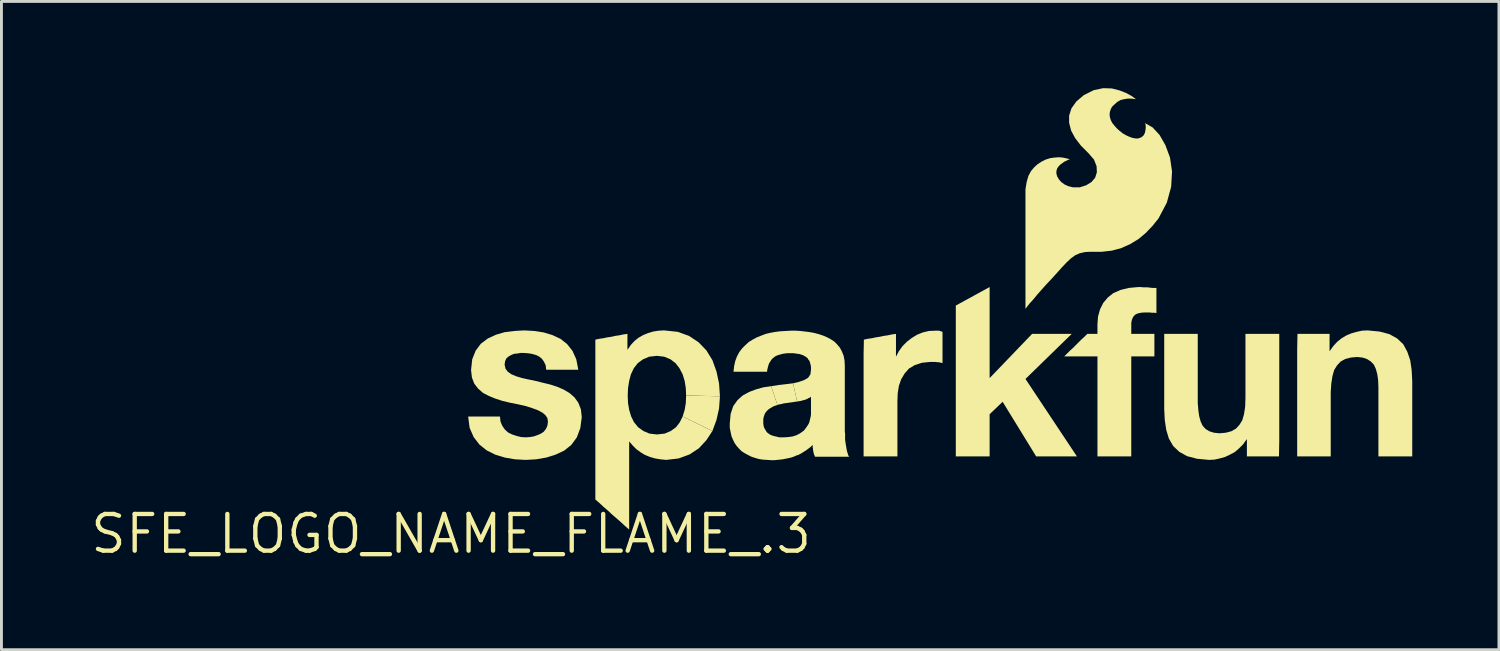
<source format=kicad_pcb>
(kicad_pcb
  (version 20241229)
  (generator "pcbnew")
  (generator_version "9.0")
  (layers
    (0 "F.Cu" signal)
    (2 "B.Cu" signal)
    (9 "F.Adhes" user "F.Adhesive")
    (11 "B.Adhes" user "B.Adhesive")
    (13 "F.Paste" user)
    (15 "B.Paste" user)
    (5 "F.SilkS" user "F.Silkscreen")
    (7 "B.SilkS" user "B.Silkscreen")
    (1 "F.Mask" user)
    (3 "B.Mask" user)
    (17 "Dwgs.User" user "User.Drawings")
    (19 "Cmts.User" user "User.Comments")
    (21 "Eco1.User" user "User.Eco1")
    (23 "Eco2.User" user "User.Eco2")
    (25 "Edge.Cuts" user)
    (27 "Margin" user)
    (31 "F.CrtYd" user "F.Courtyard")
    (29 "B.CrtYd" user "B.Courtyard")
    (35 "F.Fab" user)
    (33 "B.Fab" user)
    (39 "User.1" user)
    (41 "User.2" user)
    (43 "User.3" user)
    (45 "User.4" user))
  (footprint "SFE_LOGO_NAME_FLAME_.3"
    (layer "F.Cu")
    (at 12.556 15.42)
    (property "Reference" "SFE_LOGO_NAME_FLAME_.3" (at 0 0 0) (layer "F.SilkS") (effects (font (size 1.27 1.27) (thickness 0.15))))
    (attr through_hole)
    (fp_poly (pts (xy 8.01 -4.06) (xy 8.08 -4.29) (xy 8.12 -4.53) (xy 8.13 -4.79) (xy 9.3 -4.76) (xy 9.27 -4.34) (xy 9.18 -3.94) (xy 9.04 -3.56)) (stroke (width 0) (type solid)) (fill yes) (layer "F.SilkS"))
    (fp_poly (pts (xy 17.46 -7.9) (xy 18.63 -8.54) (xy 18.63 -5.39) (xy 20.1 -6.92) (xy 21.47 -6.92) (xy 19.87 -5.36) (xy 21.65 -2.68) (xy 20.24 -2.68) (xy 19.08 -4.57) (xy 18.63 -4.14) (xy 18.63 -2.68) (xy 17.46 -2.68)) (stroke (width 0) (type solid)) (fill yes) (layer "F.SilkS"))
    (fp_poly (pts (xy 11.07 -5.11) (xy 11.33 -5.15) (xy 11.59 -5.18) (xy 11.83 -5.21) (xy 11.97 -4.58) (xy 11.9 -4.57) (xy 11.83 -4.56) (xy 11.76 -4.55) (xy 11.69 -4.54) (xy 11.62 -4.53) (xy 11.55 -4.52) (xy 11.49 -4.51) (xy 11.42 -4.49) (xy 11.35 -4.48) (xy 11.29 -4.46)) (stroke (width 0) (type solid)) (fill yes) (layer "F.SilkS"))
    (fp_poly (pts (xy 14.28 -6.72) (xy 14.42 -6.75) (xy 14.56 -6.77) (xy 14.7 -6.8) (xy 14.83 -6.82) (xy 14.97 -6.85) (xy 15.11 -6.87) (xy 15.25 -6.9) (xy 15.39 -6.92) (xy 15.39 -6.82) (xy 15.39 -6.72) (xy 15.39 -6.62) (xy 15.39 -6.53) (xy 15.39 -6.43) (xy 15.39 -6.33) (xy 15.39 -6.23) (xy 15.39 -6.13) (xy 15.49 -6.32) (xy 15.62 -6.5) (xy 15.77 -6.65) (xy 15.94 -6.78) (xy 16.12 -6.89) (xy 16.32 -6.97) (xy 16.53 -7.02) (xy 16.75 -7.03) (xy 16.78 -7.03) (xy 16.81 -7.03) (xy 16.85 -7.03) (xy 16.88 -7.03) (xy 16.91 -7.02) (xy 16.94 -7.01) (xy 16.97 -7) (xy 17 -6.99) (xy 17 -6.86) (xy 17 -6.72) (xy 17 -6.59) (xy 17 -6.45) (xy 17 -6.32) (xy 17 -6.18) (xy 17 -6.05) (xy 17 -5.91) (xy 16.96 -5.92) (xy 16.91 -5.93) (xy 16.86 -5.94) (xy 16.81 -5.94) (xy 16.75 -5.95) (xy 16.69 -5.95) (xy 16.64 -5.95) (xy 16.58 -5.95) (xy 16.29 -5.92) (xy 16.04 -5.84) (xy 15.84 -5.72) (xy 15.69 -5.55) (xy 15.57 -5.35) (xy 15.49 -5.12) (xy 15.45 -4.86) (xy 15.44 -4.59) (xy 15.44 -4.35) (xy 15.44 -4.11) (xy 15.44 -3.87) (xy 15.44 -3.63) (xy 15.44 -3.39) (xy 15.44 -3.16) (xy 15.44 -2.92) (xy 15.44 -2.68) (xy 15.29 -2.68) (xy 15.14 -2.68) (xy 15 -2.68) (xy 14.85 -2.68) (xy 14.71 -2.68) (xy 14.56 -2.68) (xy 14.42 -2.68) (xy 14.27 -2.68) (xy 14.27 -3.18) (xy 14.27 -3.69) (xy 14.27 -4.19) (xy 14.27 -4.7) (xy 14.27 -5.21) (xy 14.27 -5.71) (xy 14.27 -6.22)) (stroke (width 0) (type solid)) (fill yes) (layer "F.SilkS"))
    (fp_poly (pts (xy 28.64 -2.68) (xy 28.5 -2.68) (xy 28.36 -2.68) (xy 28.22 -2.68) (xy 28.08 -2.68) (xy 27.95 -2.68) (xy 27.81 -2.68) (xy 27.67 -2.68) (xy 27.53 -2.68) (xy 27.53 -2.75) (xy 27.53 -2.83) (xy 27.53 -2.9) (xy 27.53 -2.97) (xy 27.53 -3.05) (xy 27.53 -3.12) (xy 27.53 -3.2) (xy 27.53 -3.27) (xy 27.52 -3.27) (xy 27.4 -3.1) (xy 27.26 -2.96) (xy 27.11 -2.83) (xy 26.94 -2.74) (xy 26.77 -2.66) (xy 26.59 -2.61) (xy 26.41 -2.57) (xy 26.22 -2.56) (xy 25.8 -2.6) (xy 25.46 -2.69) (xy 25.19 -2.84) (xy 24.98 -3.04) (xy 24.83 -3.3) (xy 24.74 -3.6) (xy 24.69 -3.93) (xy 24.67 -4.31) (xy 24.67 -4.64) (xy 24.67 -4.96) (xy 24.67 -5.29) (xy 24.67 -5.62) (xy 24.67 -5.94) (xy 24.67 -6.27) (xy 24.67 -6.59) (xy 24.67 -6.92) (xy 24.82 -6.92) (xy 24.96 -6.92) (xy 25.11 -6.92) (xy 25.25 -6.92) (xy 25.4 -6.92) (xy 25.54 -6.92) (xy 25.69 -6.92) (xy 25.83 -6.92) (xy 25.83 -6.62) (xy 25.83 -6.32) (xy 25.83 -6.02) (xy 25.83 -5.72) (xy 25.83 -5.42) (xy 25.83 -5.12) (xy 25.83 -4.82) (xy 25.83 -4.53) (xy 25.85 -4.28) (xy 25.88 -4.07) (xy 25.93 -3.89) (xy 26 -3.74) (xy 26.1 -3.63) (xy 26.23 -3.55) (xy 26.39 -3.5) (xy 26.58 -3.48) (xy 26.8 -3.5) (xy 26.99 -3.55) (xy 27.15 -3.64) (xy 27.27 -3.77) (xy 27.37 -3.93) (xy 27.43 -4.14) (xy 27.47 -4.4) (xy 27.48 -4.7) (xy 27.48 -4.97) (xy 27.48 -5.25) (xy 27.48 -5.53) (xy 27.48 -5.81) (xy 27.48 -6.09) (xy 27.48 -6.36) (xy 27.48 -6.64) (xy 27.48 -6.92) (xy 27.63 -6.92) (xy 27.78 -6.92) (xy 27.92 -6.92) (xy 28.07 -6.92) (xy 28.21 -6.92) (xy 28.36 -6.92) (xy 28.5 -6.92) (xy 28.65 -6.92) (xy 28.65 -6.39) (xy 28.65 -5.86) (xy 28.65 -5.33) (xy 28.65 -4.8) (xy 28.65 -4.27) (xy 28.65 -3.74) (xy 28.65 -3.21)) (stroke (width 0) (type solid)) (fill yes) (layer "F.SilkS"))
    (fp_poly (pts (xy 29.28 -6.92) (xy 29.42 -6.92) (xy 29.56 -6.92) (xy 29.7 -6.92) (xy 29.83 -6.92) (xy 29.97 -6.92) (xy 30.11 -6.92) (xy 30.25 -6.92) (xy 30.39 -6.92) (xy 30.39 -6.85) (xy 30.39 -6.77) (xy 30.39 -6.7) (xy 30.39 -6.63) (xy 30.39 -6.55) (xy 30.39 -6.48) (xy 30.39 -6.41) (xy 30.39 -6.33) (xy 30.4 -6.33) (xy 30.52 -6.5) (xy 30.66 -6.65) (xy 30.81 -6.77) (xy 30.98 -6.87) (xy 31.15 -6.94) (xy 31.33 -6.99) (xy 31.51 -7.03) (xy 31.7 -7.04) (xy 32.12 -7) (xy 32.46 -6.91) (xy 32.73 -6.76) (xy 32.94 -6.56) (xy 33.08 -6.3) (xy 33.18 -6.01) (xy 33.23 -5.67) (xy 33.25 -5.29) (xy 33.25 -4.96) (xy 33.25 -4.64) (xy 33.25 -4.31) (xy 33.25 -3.99) (xy 33.25 -3.66) (xy 33.25 -3.33) (xy 33.25 -3.01) (xy 33.25 -2.68) (xy 33.1 -2.68) (xy 32.96 -2.68) (xy 32.81 -2.68) (xy 32.67 -2.68) (xy 32.52 -2.68) (xy 32.37 -2.68) (xy 32.23 -2.68) (xy 32.08 -2.68) (xy 32.08 -2.98) (xy 32.08 -3.28) (xy 32.08 -3.58) (xy 32.08 -3.88) (xy 32.08 -4.18) (xy 32.08 -4.48) (xy 32.08 -4.78) (xy 32.08 -5.08) (xy 32.07 -5.32) (xy 32.04 -5.53) (xy 31.99 -5.71) (xy 31.92 -5.86) (xy 31.81 -5.97) (xy 31.68 -6.05) (xy 31.53 -6.1) (xy 31.34 -6.12) (xy 31.12 -6.1) (xy 30.93 -6.05) (xy 30.77 -5.96) (xy 30.65 -5.83) (xy 30.55 -5.67) (xy 30.49 -5.46) (xy 30.45 -5.2) (xy 30.43 -4.9) (xy 30.43 -4.63) (xy 30.43 -4.35) (xy 30.43 -4.07) (xy 30.43 -3.79) (xy 30.43 -3.51) (xy 30.43 -3.24) (xy 30.43 -2.96) (xy 30.43 -2.68) (xy 30.29 -2.68) (xy 30.14 -2.68) (xy 30 -2.68) (xy 29.85 -2.68) (xy 29.71 -2.68) (xy 29.56 -2.68) (xy 29.41 -2.68) (xy 29.27 -2.68) (xy 29.27 -3.21) (xy 29.27 -3.74) (xy 29.27 -4.27) (xy 29.27 -4.8) (xy 29.27 -5.33) (xy 29.27 -5.86) (xy 29.27 -6.39)) (stroke (width 0) (type solid)) (fill yes) (layer "F.SilkS"))
    (fp_poly (pts (xy 9.04 -3.56) (xy 8.83 -3.24) (xy 8.57 -2.96) (xy 8.25 -2.75) (xy 7.87 -2.61) (xy 7.44 -2.56) (xy 7.24 -2.58) (xy 7.06 -2.61) (xy 6.88 -2.66) (xy 6.71 -2.73) (xy 6.56 -2.82) (xy 6.41 -2.93) (xy 6.28 -3.06) (xy 6.16 -3.2) (xy 6.16 -2.82) (xy 6.16 -2.44) (xy 6.16 -2.06) (xy 6.16 -1.68) (xy 6.16 -1.3) (xy 6.16 -0.91) (xy 6.16 -0.53) (xy 6.16 -0.15) (xy 6.01 -0.28) (xy 5.87 -0.41) (xy 5.72 -0.54) (xy 5.57 -0.67) (xy 5.43 -0.8) (xy 5.28 -0.93) (xy 5.14 -1.06) (xy 4.99 -1.19) (xy 4.99 -1.88) (xy 4.99 -2.57) (xy 4.99 -3.26) (xy 4.99 -3.96) (xy 4.99 -4.65) (xy 4.99 -5.34) (xy 4.99 -6.03) (xy 4.99 -6.72) (xy 5.13 -6.75) (xy 5.27 -6.77) (xy 5.41 -6.8) (xy 5.55 -6.82) (xy 5.68 -6.85) (xy 5.82 -6.87) (xy 5.96 -6.9) (xy 6.1 -6.92) (xy 6.1 -6.85) (xy 6.1 -6.79) (xy 6.1 -6.72) (xy 6.1 -6.65) (xy 6.1 -6.58) (xy 6.1 -6.52) (xy 6.1 -6.45) (xy 6.1 -6.38) (xy 6.11 -6.38) (xy 6.22 -6.54) (xy 6.35 -6.68) (xy 6.49 -6.79) (xy 6.65 -6.88) (xy 6.82 -6.95) (xy 6.99 -7) (xy 7.18 -7.03) (xy 7.37 -7.04) (xy 7.84 -6.99) (xy 8.23 -6.85) (xy 8.56 -6.63) (xy 8.83 -6.35) (xy 9.04 -6.01) (xy 9.18 -5.62) (xy 9.27 -5.2) (xy 9.3 -4.76) (xy 8.13 -4.79) (xy 8.12 -5.04) (xy 8.08 -5.29) (xy 8.01 -5.52) (xy 7.9 -5.73) (xy 7.77 -5.9) (xy 7.59 -6.04) (xy 7.37 -6.13) (xy 7.12 -6.16) (xy 6.85 -6.13) (xy 6.64 -6.04) (xy 6.46 -5.91) (xy 6.32 -5.73) (xy 6.22 -5.52) (xy 6.16 -5.29) (xy 6.12 -5.04) (xy 6.11 -4.79) (xy 6.12 -4.53) (xy 6.16 -4.29) (xy 6.23 -4.06) (xy 6.33 -3.86) (xy 6.47 -3.69) (xy 6.65 -3.56) (xy 6.86 -3.47) (xy 7.12 -3.44) (xy 7.39 -3.47) (xy 7.6 -3.56) (xy 7.78 -3.69) (xy 7.91 -3.86) (xy 8.01 -4.06)) (stroke (width 0) (type solid)) (fill yes) (layer "F.SilkS"))
    (fp_poly (pts (xy 1.69 -4.06) (xy 1.71 -3.88) (xy 1.77 -3.74) (xy 1.86 -3.61) (xy 1.97 -3.51) (xy 2.11 -3.44) (xy 2.26 -3.39) (xy 2.42 -3.35) (xy 2.59 -3.34) (xy 2.72 -3.35) (xy 2.85 -3.37) (xy 2.97 -3.41) (xy 3.09 -3.46) (xy 3.2 -3.53) (xy 3.28 -3.63) (xy 3.33 -3.74) (xy 3.35 -3.88) (xy 3.33 -4.01) (xy 3.26 -4.11) (xy 3.15 -4.2) (xy 3 -4.28) (xy 2.81 -4.35) (xy 2.59 -4.42) (xy 2.33 -4.48) (xy 2.03 -4.54) (xy 1.78 -4.6) (xy 1.53 -4.68) (xy 1.31 -4.77) (xy 1.1 -4.88) (xy 0.93 -5.03) (xy 0.8 -5.2) (xy 0.72 -5.41) (xy 0.69 -5.67) (xy 0.73 -6.04) (xy 0.85 -6.34) (xy 1.03 -6.58) (xy 1.27 -6.76) (xy 1.55 -6.89) (xy 1.86 -6.98) (xy 2.19 -7.02) (xy 2.53 -7.04) (xy 2.87 -7.02) (xy 3.2 -6.97) (xy 3.5 -6.88) (xy 3.78 -6.75) (xy 4.01 -6.57) (xy 4.2 -6.33) (xy 4.33 -6.04) (xy 4.4 -5.68) (xy 4.26 -5.68) (xy 4.13 -5.68) (xy 3.99 -5.68) (xy 3.85 -5.68) (xy 3.71 -5.68) (xy 3.57 -5.68) (xy 3.43 -5.68) (xy 3.29 -5.68) (xy 3.27 -5.84) (xy 3.21 -5.96) (xy 3.14 -6.06) (xy 3.04 -6.14) (xy 2.93 -6.19) (xy 2.79 -6.23) (xy 2.65 -6.25) (xy 2.5 -6.26) (xy 2.4 -6.26) (xy 2.29 -6.24) (xy 2.18 -6.23) (xy 2.08 -6.19) (xy 1.99 -6.14) (xy 1.91 -6.07) (xy 1.87 -5.98) (xy 1.85 -5.86) (xy 1.88 -5.72) (xy 1.96 -5.61) (xy 2.09 -5.52) (xy 2.26 -5.45) (xy 2.46 -5.39) (xy 2.69 -5.34) (xy 2.93 -5.29) (xy 3.17 -5.23) (xy 3.42 -5.17) (xy 3.67 -5.09) (xy 3.9 -4.99) (xy 4.1 -4.87) (xy 4.27 -4.72) (xy 4.4 -4.54) (xy 4.49 -4.31) (xy 4.52 -4.04) (xy 4.47 -3.66) (xy 4.35 -3.34) (xy 4.16 -3.08) (xy 3.91 -2.88) (xy 3.61 -2.74) (xy 3.29 -2.64) (xy 2.94 -2.58) (xy 2.58 -2.56) (xy 2.21 -2.58) (xy 1.86 -2.64) (xy 1.53 -2.74) (xy 1.23 -2.89) (xy 0.98 -3.09) (xy 0.78 -3.35) (xy 0.64 -3.67) (xy 0.59 -4.06) (xy 0.72 -4.06) (xy 0.86 -4.06) (xy 1 -4.06) (xy 1.14 -4.06) (xy 1.28 -4.06) (xy 1.42 -4.06) (xy 1.56 -4.06)) (stroke (width 0) (type solid)) (fill yes) (layer "F.SilkS"))
    (fp_poly (pts (xy 22.36 -6.14) (xy 22.22 -6.14) (xy 22.08 -6.14) (xy 21.93 -6.14) (xy 21.79 -6.14) (xy 21.64 -6.14) (xy 21.5 -6.14) (xy 21.36 -6.14) (xy 21.21 -6.14) (xy 21.31 -6.24) (xy 21.41 -6.34) (xy 21.51 -6.43) (xy 21.61 -6.53) (xy 21.71 -6.63) (xy 21.81 -6.73) (xy 21.91 -6.82) (xy 22.01 -6.92) (xy 22.05 -6.92) (xy 22.1 -6.92) (xy 22.14 -6.92) (xy 22.19 -6.92) (xy 22.23 -6.92) (xy 22.27 -6.92) (xy 22.32 -6.92) (xy 22.36 -6.92) (xy 22.36 -6.96) (xy 22.36 -7) (xy 22.36 -7.04) (xy 22.36 -7.08) (xy 22.36 -7.13) (xy 22.36 -7.17) (xy 22.36 -7.21) (xy 22.36 -7.25) (xy 22.38 -7.52) (xy 22.45 -7.77) (xy 22.56 -7.99) (xy 22.72 -8.18) (xy 22.91 -8.33) (xy 23.16 -8.44) (xy 23.45 -8.51) (xy 23.78 -8.54) (xy 23.86 -8.54) (xy 23.94 -8.53) (xy 24.02 -8.53) (xy 24.09 -8.53) (xy 24.17 -8.52) (xy 24.25 -8.51) (xy 24.32 -8.51) (xy 24.4 -8.51) (xy 24.4 -8.4) (xy 24.4 -8.29) (xy 24.4 -8.18) (xy 24.4 -8.07) (xy 24.4 -7.97) (xy 24.4 -7.86) (xy 24.4 -7.75) (xy 24.4 -7.64) (xy 24.34 -7.65) (xy 24.29 -7.65) (xy 24.24 -7.65) (xy 24.18 -7.66) (xy 24.13 -7.66) (xy 24.08 -7.66) (xy 24.02 -7.66) (xy 23.97 -7.66) (xy 23.86 -7.65) (xy 23.77 -7.63) (xy 23.69 -7.6) (xy 23.63 -7.55) (xy 23.58 -7.48) (xy 23.55 -7.4) (xy 23.53 -7.3) (xy 23.53 -7.18) (xy 23.53 -7.14) (xy 23.53 -7.11) (xy 23.53 -7.08) (xy 23.53 -7.05) (xy 23.53 -7.02) (xy 23.53 -6.98) (xy 23.53 -6.95) (xy 23.53 -6.92) (xy 23.63 -6.92) (xy 23.73 -6.92) (xy 23.83 -6.92) (xy 23.93 -6.92) (xy 24.03 -6.92) (xy 24.13 -6.92) (xy 24.23 -6.92) (xy 24.33 -6.92) (xy 24.33 -6.82) (xy 24.33 -6.73) (xy 24.33 -6.63) (xy 24.33 -6.53) (xy 24.33 -6.43) (xy 24.33 -6.34) (xy 24.33 -6.24) (xy 24.33 -6.14) (xy 24.23 -6.14) (xy 24.13 -6.14) (xy 24.03 -6.14) (xy 23.93 -6.14) (xy 23.83 -6.14) (xy 23.73 -6.14) (xy 23.63 -6.14) (xy 23.53 -6.14) (xy 23.53 -5.71) (xy 23.53 -5.28) (xy 23.53 -4.84) (xy 23.53 -4.41) (xy 23.53 -3.98) (xy 23.53 -3.54) (xy 23.53 -3.11) (xy 23.53 -2.68) (xy 23.38 -2.68) (xy 23.24 -2.68) (xy 23.09 -2.68) (xy 22.94 -2.68) (xy 22.8 -2.68) (xy 22.65 -2.68) (xy 22.51 -2.68) (xy 22.36 -2.68) (xy 22.36 -3.11) (xy 22.36 -3.54) (xy 22.36 -3.98) (xy 22.36 -4.41) (xy 22.36 -4.84) (xy 22.36 -5.28) (xy 22.36 -5.71)) (stroke (width 0) (type solid)) (fill yes) (layer "F.SilkS"))
    (fp_poly (pts (xy 24.01 -14.2) (xy 24.02 -14.18) (xy 24.03 -14.13) (xy 24.03 -14.05) (xy 24.02 -13.96) (xy 24 -13.87) (xy 23.96 -13.79) (xy 23.88 -13.72) (xy 23.77 -13.68) (xy 23.68 -13.68) (xy 23.57 -13.7) (xy 23.46 -13.74) (xy 23.35 -13.79) (xy 23.23 -13.86) (xy 23.13 -13.94) (xy 23.03 -14.03) (xy 22.95 -14.12) (xy 22.87 -14.22) (xy 22.82 -14.32) (xy 22.79 -14.42) (xy 22.78 -14.51) (xy 22.79 -14.6) (xy 22.82 -14.69) (xy 22.86 -14.77) (xy 22.93 -14.84) (xy 23.04 -14.94) (xy 23.16 -15.01) (xy 23.29 -15.04) (xy 23.41 -15.06) (xy 23.52 -15.06) (xy 23.61 -15.05) (xy 23.67 -15.04) (xy 23.69 -15.04) (xy 23.65 -15.07) (xy 23.54 -15.15) (xy 23.36 -15.25) (xy 23.13 -15.34) (xy 22.86 -15.41) (xy 22.56 -15.42) (xy 22.23 -15.35) (xy 21.89 -15.18) (xy 21.63 -14.96) (xy 21.46 -14.72) (xy 21.38 -14.47) (xy 21.38 -14.22) (xy 21.45 -13.95) (xy 21.59 -13.69) (xy 21.79 -13.43) (xy 22.04 -13.18) (xy 22.24 -12.95) (xy 22.33 -12.72) (xy 22.34 -12.51) (xy 22.28 -12.32) (xy 22.15 -12.17) (xy 21.97 -12.06) (xy 21.75 -11.99) (xy 21.51 -11.99) (xy 21.35 -12.03) (xy 21.22 -12.09) (xy 21.11 -12.17) (xy 21.03 -12.26) (xy 20.97 -12.36) (xy 20.94 -12.46) (xy 20.94 -12.56) (xy 20.97 -12.65) (xy 21.02 -12.72) (xy 21.08 -12.78) (xy 21.15 -12.83) (xy 21.22 -12.88) (xy 21.29 -12.91) (xy 21.34 -12.94) (xy 21.38 -12.95) (xy 21.4 -12.96) (xy 21.38 -12.97) (xy 21.33 -12.98) (xy 21.25 -13) (xy 21.15 -13.02) (xy 21.03 -13.03) (xy 20.89 -13.02) (xy 20.73 -13) (xy 20.57 -12.95) (xy 20.43 -12.88) (xy 20.29 -12.79) (xy 20.17 -12.68) (xy 20.06 -12.55) (xy 19.97 -12.38) (xy 19.91 -12.17) (xy 19.87 -11.92) (xy 19.87 -11.64) (xy 19.87 -11.16) (xy 19.87 -10.67) (xy 19.87 -10.19) (xy 19.87 -9.71) (xy 19.87 -9.23) (xy 19.87 -8.75) (xy 19.87 -8.27) (xy 19.87 -7.79) (xy 19.89 -7.81) (xy 19.94 -7.88) (xy 20.02 -7.98) (xy 20.14 -8.11) (xy 20.27 -8.27) (xy 20.42 -8.44) (xy 20.59 -8.63) (xy 20.77 -8.82) (xy 20.96 -9.03) (xy 21.13 -9.22) (xy 21.29 -9.39) (xy 21.44 -9.53) (xy 21.59 -9.64) (xy 21.75 -9.71) (xy 21.93 -9.75) (xy 22.12 -9.76) (xy 22.51 -9.76) (xy 22.86 -9.8) (xy 23.19 -9.89) (xy 23.5 -10.03) (xy 23.78 -10.2) (xy 24.03 -10.41) (xy 24.26 -10.65) (xy 24.47 -10.91) (xy 24.76 -11.46) (xy 24.91 -12.01) (xy 24.94 -12.54) (xy 24.87 -13.02) (xy 24.71 -13.45) (xy 24.51 -13.8) (xy 24.27 -14.06) (xy 24.01 -14.21)) (stroke (width 0) (type solid)) (fill yes) (layer "F.SilkS"))
    (fp_poly (pts (xy 11.29 -4.46) (xy 11.23 -4.44) (xy 11.17 -4.42) (xy 11.11 -4.39) (xy 11.06 -4.36) (xy 11.01 -4.33) (xy 10.96 -4.29) (xy 10.92 -4.25) (xy 10.88 -4.2) (xy 10.85 -4.15) (xy 10.83 -4.09) (xy 10.81 -4.03) (xy 10.8 -3.96) (xy 10.8 -3.88) (xy 10.8 -3.81) (xy 10.81 -3.74) (xy 10.83 -3.67) (xy 10.86 -3.62) (xy 10.89 -3.57) (xy 10.92 -3.52) (xy 10.97 -3.48) (xy 11.01 -3.45) (xy 11.06 -3.42) (xy 11.12 -3.4) (xy 11.18 -3.38) (xy 11.24 -3.37) (xy 11.31 -3.35) (xy 11.37 -3.34) (xy 11.44 -3.34) (xy 11.51 -3.34) (xy 11.67 -3.35) (xy 11.81 -3.37) (xy 11.94 -3.41) (xy 12.04 -3.46) (xy 12.13 -3.52) (xy 12.21 -3.58) (xy 12.27 -3.66) (xy 12.32 -3.73) (xy 12.37 -3.81) (xy 12.4 -3.89) (xy 12.42 -3.98) (xy 12.44 -4.06) (xy 12.45 -4.13) (xy 12.45 -4.2) (xy 12.45 -4.26) (xy 12.45 -4.32) (xy 12.45 -4.35) (xy 12.45 -4.37) (xy 12.45 -4.4) (xy 12.45 -4.43) (xy 12.45 -4.45) (xy 12.45 -4.48) (xy 12.45 -4.51) (xy 12.45 -4.54) (xy 12.45 -4.56) (xy 12.45 -4.59) (xy 12.45 -4.62) (xy 12.45 -4.64) (xy 12.45 -4.67) (xy 12.45 -4.7) (xy 12.45 -4.73) (xy 12.45 -4.75) (xy 12.42 -4.72) (xy 12.37 -4.7) (xy 12.32 -4.67) (xy 12.27 -4.65) (xy 12.22 -4.63) (xy 12.16 -4.62) (xy 12.1 -4.6) (xy 12.03 -4.59) (xy 11.97 -4.58) (xy 11.83 -5.21) (xy 12.04 -5.26) (xy 12.21 -5.32) (xy 12.35 -5.4) (xy 12.43 -5.52) (xy 12.45 -5.68) (xy 12.45 -5.77) (xy 12.44 -5.84) (xy 12.42 -5.91) (xy 12.4 -5.98) (xy 12.36 -6.03) (xy 12.33 -6.08) (xy 12.28 -6.12) (xy 12.23 -6.15) (xy 12.18 -6.18) (xy 12.12 -6.2) (xy 12.06 -6.22) (xy 11.99 -6.23) (xy 11.92 -6.24) (xy 11.85 -6.25) (xy 11.78 -6.25) (xy 11.7 -6.25) (xy 11.62 -6.25) (xy 11.54 -6.24) (xy 11.47 -6.23) (xy 11.4 -6.21) (xy 11.33 -6.19) (xy 11.27 -6.17) (xy 11.21 -6.14) (xy 11.16 -6.1) (xy 11.11 -6.06) (xy 11.07 -6.01) (xy 11.04 -5.96) (xy 11 -5.9) (xy 10.98 -5.84) (xy 10.96 -5.77) (xy 10.94 -5.69) (xy 10.93 -5.61) (xy 10.86 -5.61) (xy 10.78 -5.61) (xy 10.71 -5.61) (xy 10.64 -5.61) (xy 10.57 -5.61) (xy 10.49 -5.61) (xy 10.42 -5.61) (xy 10.35 -5.61) (xy 10.28 -5.61) (xy 10.2 -5.61) (xy 10.13 -5.61) (xy 10.06 -5.61) (xy 9.98 -5.61) (xy 9.91 -5.61) (xy 9.84 -5.61) (xy 9.77 -5.61) (xy 9.79 -5.8) (xy 9.83 -5.98) (xy 9.89 -6.14) (xy 9.97 -6.29) (xy 10.07 -6.42) (xy 10.18 -6.53) (xy 10.3 -6.64) (xy 10.43 -6.72) (xy 10.58 -6.8) (xy 10.73 -6.86) (xy 10.89 -6.92) (xy 11.06 -6.96) (xy 11.23 -6.99) (xy 11.4 -7.01) (xy 11.58 -7.02) (xy 11.76 -7.03) (xy 11.92 -7.03) (xy 12.08 -7.02) (xy 12.25 -7) (xy 12.41 -6.98) (xy 12.57 -6.95) (xy 12.72 -6.91) (xy 12.87 -6.86) (xy 13.01 -6.8) (xy 13.14 -6.73) (xy 13.26 -6.65) (xy 13.36 -6.55) (xy 13.45 -6.44) (xy 13.52 -6.31) (xy 13.58 -6.16) (xy 13.61 -6) (xy 13.62 -5.82) (xy 13.62 -5.68) (xy 13.62 -5.54) (xy 13.62 -5.41) (xy 13.62 -5.27) (xy 13.62 -5.13) (xy 13.62 -4.99) (xy 13.62 -4.85) (xy 13.62 -4.72) (xy 13.62 -4.58) (xy 13.62 -4.44) (xy 13.62 -4.3) (xy 13.62 -4.16) (xy 13.62 -4.03) (xy 13.62 -3.89) (xy 13.62 -3.75) (xy 13.62 -3.61) (xy 13.62 -3.54) (xy 13.63 -3.47) (xy 13.63 -3.4) (xy 13.63 -3.33) (xy 13.63 -3.26) (xy 13.64 -3.19) (xy 13.65 -3.12) (xy 13.66 -3.06) (xy 13.67 -3) (xy 13.68 -2.94) (xy 13.69 -2.89) (xy 13.7 -2.84) (xy 13.72 -2.79) (xy 13.73 -2.74) (xy 13.75 -2.7) (xy 13.77 -2.67) (xy 13.69 -2.67) (xy 13.62 -2.67) (xy 13.55 -2.67) (xy 13.47 -2.67) (xy 13.4 -2.67) (xy 13.33 -2.67) (xy 13.25 -2.67) (xy 13.18 -2.67) (xy 13.1 -2.67) (xy 13.03 -2.67) (xy 12.96 -2.67) (xy 12.88 -2.67) (xy 12.81 -2.67) (xy 12.74 -2.67) (xy 12.66 -2.67) (xy 12.59 -2.67) (xy 12.58 -2.69) (xy 12.57 -2.72) (xy 12.56 -2.74) (xy 12.55 -2.77) (xy 12.54 -2.8) (xy 12.54 -2.82) (xy 12.53 -2.85) (xy 12.53 -2.87) (xy 12.52 -2.9) (xy 12.52 -2.92) (xy 12.52 -2.95) (xy 12.51 -2.98) (xy 12.51 -3) (xy 12.51 -3.03) (xy 12.51 -3.05) (xy 12.51 -3.08) (xy 12.44 -3.01) (xy 12.36 -2.95) (xy 12.28 -2.89) (xy 12.2 -2.84) (xy 12.12 -2.79) (xy 12.03 -2.74) (xy 11.94 -2.71) (xy 11.85 -2.67) (xy 11.76 -2.64) (xy 11.67 -2.62) (xy 11.57 -2.6) (xy 11.47 -2.58) (xy 11.38 -2.57) (xy 11.28 -2.56) (xy 11.18 -2.55) (xy 11.08 -2.55) (xy 10.93 -2.56) (xy 10.78 -2.57) (xy 10.65 -2.59) (xy 10.51 -2.63) (xy 10.39 -2.67) (xy 10.27 -2.73) (xy 10.16 -2.79) (xy 10.05 -2.86) (xy 9.96 -2.95) (xy 9.88 -3.04) (xy 9.81 -3.14) (xy 9.75 -3.26) (xy 9.7 -3.38) (xy 9.67 -3.52) (xy 9.64 -3.67) (xy 9.64 -3.82) (xy 9.67 -4.15) (xy 9.76 -4.42) (xy 9.91 -4.63) (xy 10.09 -4.79) (xy 10.31 -4.91) (xy 10.55 -5) (xy 10.8 -5.07) (xy 11.07 -5.11)) (stroke (width 0) (type solid)) (fill yes) (layer "F.SilkS")))
  (gr_rect
    (start -3 -3)
    (end 48.806 19.426)
    (stroke (width 0.1) (type default))
    (fill no)
    (layer "Edge.Cuts")))
</source>
